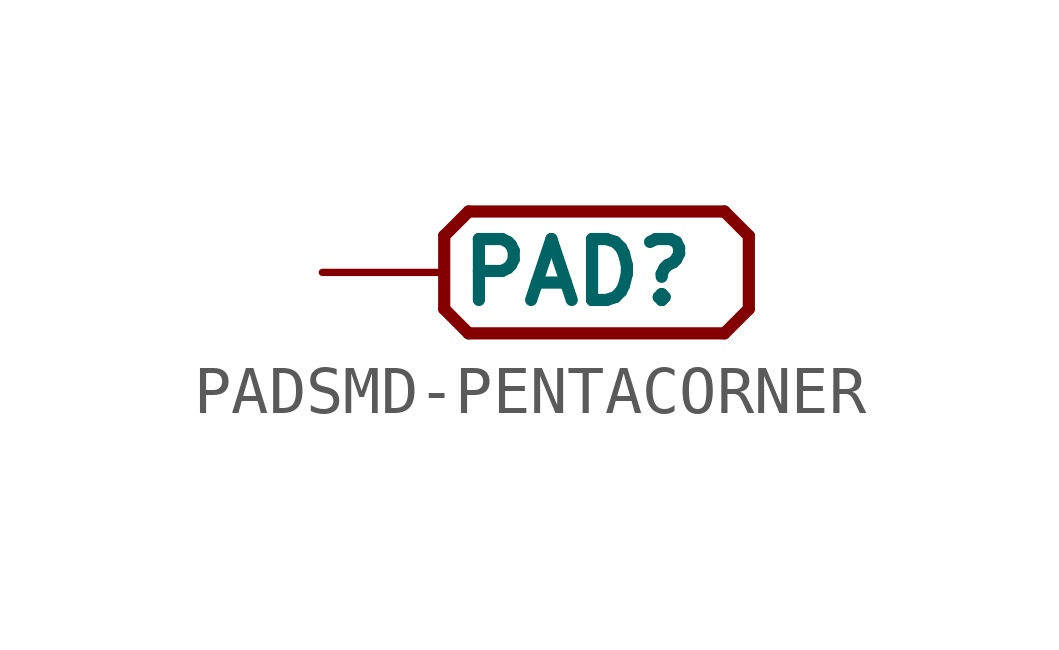
<source format=kicad_sym>
(kicad_symbol_lib
  (version 20211014)
  (generator kicad_symbol_editor)
  (symbol "PADSMD-PENTACORNER"
    (property "Reference" "PAD"
      (at -2.286 0 0)
      (effects (font (size 1.27 1.27) bold) (justify left)))
    (property "ki_locked" ""
      (at 0 0 0)
      (effects (font (size 1.27 1.27))))
    (symbol "PADSMD-PENTACORNER_1_0"
      (polyline (pts (xy -2.54 -0.762) (xy -2.54 0.762)) (stroke (width 0.254) (type default) (color 0 0 0 0)) (fill (type none)))
      (polyline (pts (xy -2.54 0.762) (xy -2.032 1.27)) (stroke (width 0.254) (type default) (color 0 0 0 0)) (fill (type none)))
      (polyline (pts (xy -2.032 -1.27) (xy -2.54 -0.762)) (stroke (width 0.254) (type default) (color 0 0 0 0)) (fill (type none)))
      (polyline (pts (xy -2.032 1.27) (xy 3.302 1.27)) (stroke (width 0.254) (type default) (color 0 0 0 0)) (fill (type none)))
      (polyline (pts (xy 3.302 -1.27) (xy -2.032 -1.27)) (stroke (width 0.254) (type default) (color 0 0 0 0)) (fill (type none)))
      (polyline (pts (xy 3.302 1.27) (xy 3.81 0.762)) (stroke (width 0.254) (type default) (color 0 0 0 0)) (fill (type none)))
      (polyline (pts (xy 3.81 -0.762) (xy 3.302 -1.27)) (stroke (width 0.254) (type default) (color 0 0 0 0)) (fill (type none)))
      (polyline (pts (xy 3.81 0.762) (xy 3.81 -0.762)) (stroke (width 0.254) (type default) (color 0 0 0 0)) (fill (type none)))
      (pin bidirectional line (at -5.08 0 0) (length 2.54) (name "PAD" (effects (font (size 0 0)))) (number "1" (effects (font (size 0 0))))))))
</source>
